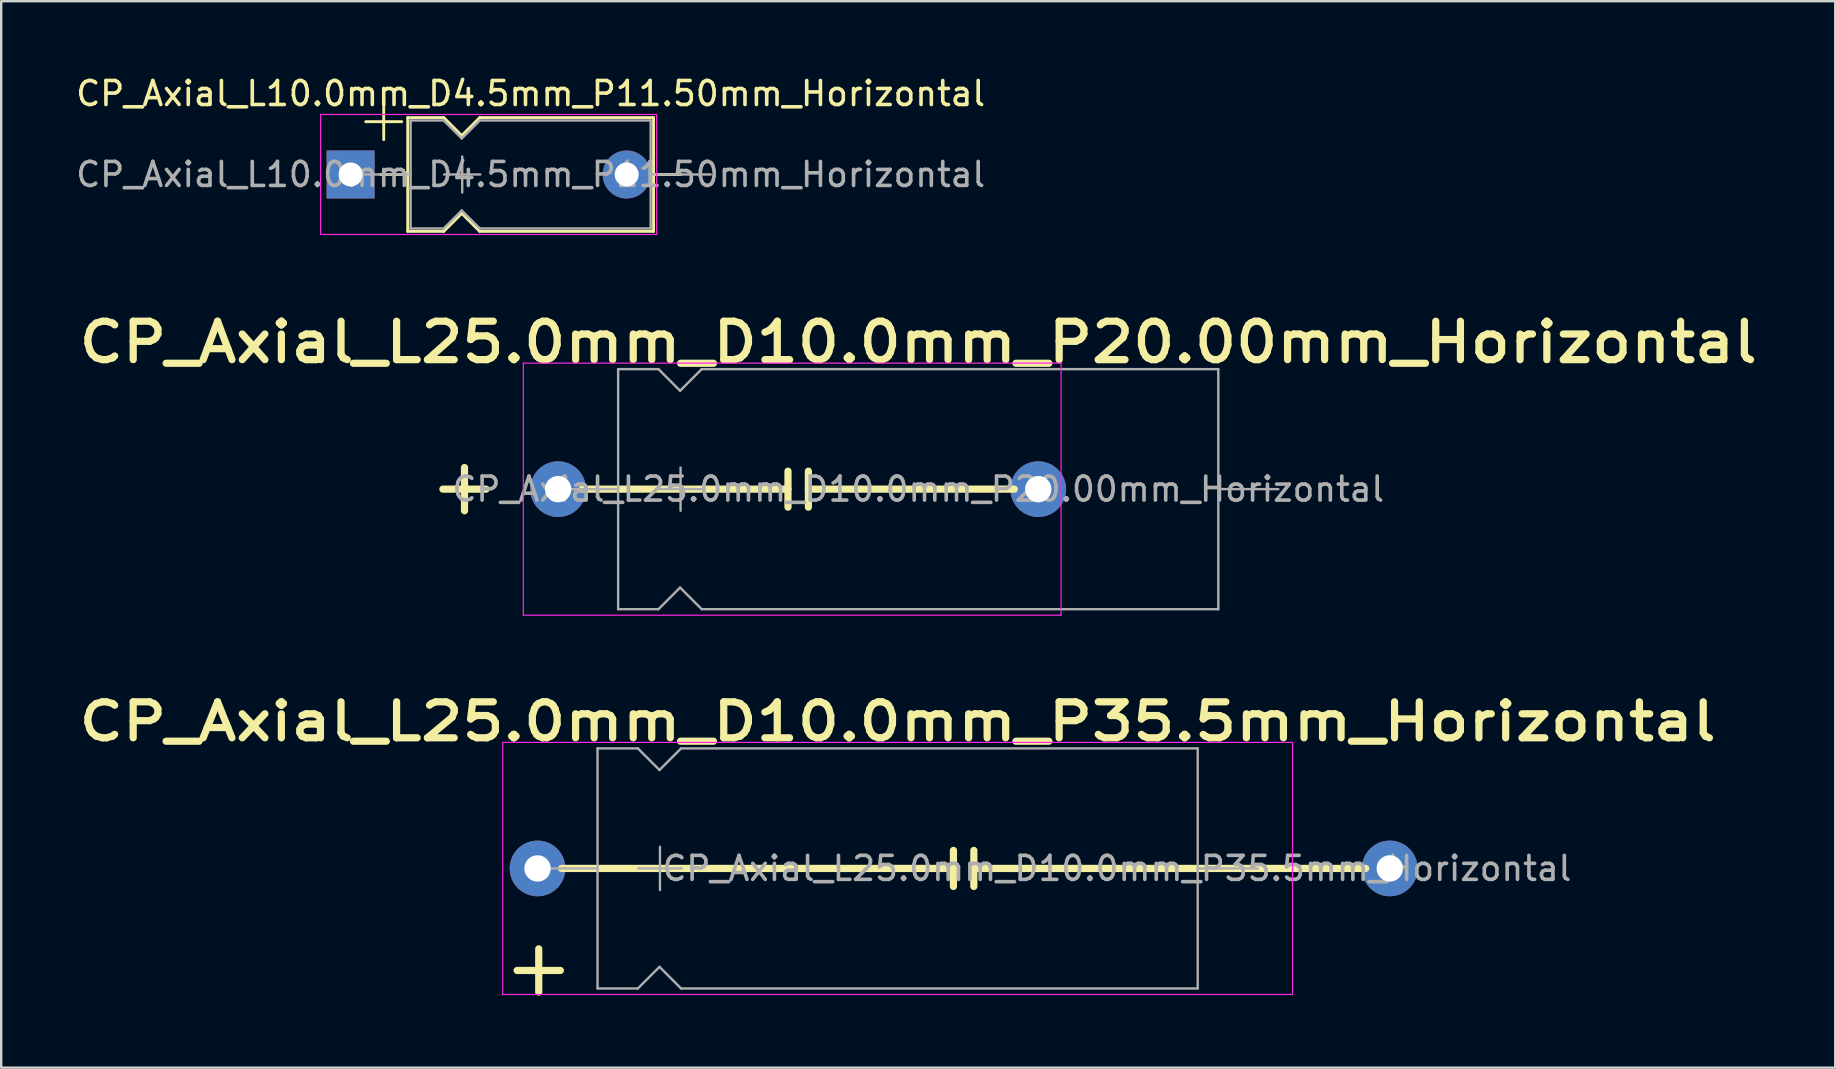
<source format=kicad_pcb>
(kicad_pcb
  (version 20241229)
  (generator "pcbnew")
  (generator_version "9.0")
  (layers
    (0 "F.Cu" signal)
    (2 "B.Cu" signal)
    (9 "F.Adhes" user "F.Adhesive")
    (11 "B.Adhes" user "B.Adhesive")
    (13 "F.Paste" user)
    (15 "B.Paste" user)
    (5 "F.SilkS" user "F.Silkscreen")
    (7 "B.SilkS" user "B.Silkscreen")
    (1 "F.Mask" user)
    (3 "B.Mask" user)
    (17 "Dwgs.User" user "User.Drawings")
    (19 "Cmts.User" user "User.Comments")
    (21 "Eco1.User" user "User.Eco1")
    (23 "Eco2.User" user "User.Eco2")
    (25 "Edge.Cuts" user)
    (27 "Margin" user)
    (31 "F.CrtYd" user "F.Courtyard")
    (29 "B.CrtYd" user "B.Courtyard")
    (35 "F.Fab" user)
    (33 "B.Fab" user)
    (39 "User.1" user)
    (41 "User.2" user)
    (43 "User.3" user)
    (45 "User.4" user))
  (footprint "CP_Axial_L25.0mm_D10.0mm_P35.5mm_Horizontal"
    (layer "F.Cu")
    (at 19.341 33.125)
    (property "Reference" "CP_Axial_L25.0mm_D10.0mm_P35.5mm_Horizontal" (at 15 -6.12 0) (layer "F.SilkS") (effects (font (size 1.5 1.8) (thickness 0.3) (bold yes))))
    (attr through_hole)
    (fp_line (start -0.85 4.25) (end 0.95 4.25) (stroke (width 0.3) (type solid)) (layer "F.SilkS"))
    (fp_line (start 0.05 3.35) (end 0.05 5.15) (stroke (width 0.3) (type solid)) (layer "F.SilkS"))
    (fp_line (start 1 0) (end 17.325 0) (stroke (width 0.3) (type solid)) (layer "F.SilkS"))
    (fp_line (start 17.325 0.75) (end 17.325 -0.75) (stroke (width 0.3) (type default)) (layer "F.SilkS"))
    (fp_line (start 18.175 0.75) (end 18.175 -0.75) (stroke (width 0.3) (type default)) (layer "F.SilkS"))
    (fp_line (start 34.5 0) (end 18.175 0) (stroke (width 0.3) (type solid)) (layer "F.SilkS"))
    (fp_line (start -1.45 -5.25) (end -1.45 5.25) (stroke (width 0.05) (type solid)) (layer "F.CrtYd"))
    (fp_line (start -1.45 5.25) (end 31.45 5.25) (stroke (width 0.05) (type solid)) (layer "F.CrtYd"))
    (fp_line (start 31.45 -5.25) (end -1.45 -5.25) (stroke (width 0.05) (type solid)) (layer "F.CrtYd"))
    (fp_line (start 31.45 5.25) (end 31.45 -5.25) (stroke (width 0.05) (type solid)) (layer "F.CrtYd"))
    (fp_line (start 0 0) (end 2.5 0) (stroke (width 0.1) (type solid)) (layer "F.Fab"))
    (fp_line (start 2.5 -5) (end 2.5 5) (stroke (width 0.1) (type solid)) (layer "F.Fab"))
    (fp_line (start 2.5 -5) (end 4.18 -5) (stroke (width 0.1) (type solid)) (layer "F.Fab"))
    (fp_line (start 2.5 5) (end 4.18 5) (stroke (width 0.1) (type solid)) (layer "F.Fab"))
    (fp_line (start 4.18 -5) (end 5.08 -4.1) (stroke (width 0.1) (type solid)) (layer "F.Fab"))
    (fp_line (start 4.18 5) (end 5.08 4.1) (stroke (width 0.1) (type solid)) (layer "F.Fab"))
    (fp_line (start 4.2 0) (end 6 0) (stroke (width 0.1) (type solid)) (layer "F.Fab"))
    (fp_line (start 5.08 -4.1) (end 5.98 -5) (stroke (width 0.1) (type solid)) (layer "F.Fab"))
    (fp_line (start 5.08 4.1) (end 5.98 5) (stroke (width 0.1) (type solid)) (layer "F.Fab"))
    (fp_line (start 5.1 -0.9) (end 5.1 0.9) (stroke (width 0.1) (type solid)) (layer "F.Fab"))
    (fp_line (start 5.98 -5) (end 27.5 -5) (stroke (width 0.1) (type solid)) (layer "F.Fab"))
    (fp_line (start 5.98 5) (end 27.5 5) (stroke (width 0.1) (type solid)) (layer "F.Fab"))
    (fp_line (start 27.5 -5) (end 27.5 5) (stroke (width 0.1) (type solid)) (layer "F.Fab"))
    (fp_line (start 30 0) (end 27.5 0) (stroke (width 0.1) (type solid)) (layer "F.Fab"))
    (fp_text user "${REFERENCE}" (at 24.13 0 0) (layer "F.Fab") (effects (font (size 1 1) (thickness 0.15))))
    (pad "1" thru_hole oval (at 0 0) (size 2.32 2.32) (drill 1.1) (layers "*.Cu" "*.Mask"))
    (pad "2" thru_hole oval (at 35.5 0) (size 2.32 2.32) (drill 1.1) (layers "*.Cu" "*.Mask")))
  (footprint "CP_Axial_L25.0mm_D10.0mm_P20.00mm_Horizontal"
    (layer "F.Cu")
    (at 20.199 17.326)
    (property "Reference" "CP_Axial_L25.0mm_D10.0mm_P20.00mm_Horizontal" (at 15 -6.12 0) (layer "F.SilkS") (effects (font (size 1.6 1.8) (thickness 0.3) (bold yes))))
    (attr through_hole)
    (fp_line (start -4.8 0) (end -3 0) (stroke (width 0.3) (type solid)) (layer "F.SilkS"))
    (fp_line (start -3.9 -0.9) (end -3.9 0.9) (stroke (width 0.3) (type solid)) (layer "F.SilkS"))
    (fp_line (start 1 0) (end 9.575 0) (stroke (width 0.3) (type solid)) (layer "F.SilkS"))
    (fp_line (start 9.575 0.75) (end 9.575 -0.75) (stroke (width 0.3) (type default)) (layer "F.SilkS"))
    (fp_line (start 10.425 0.75) (end 10.425 -0.75) (stroke (width 0.3) (type default)) (layer "F.SilkS"))
    (fp_line (start 19 0) (end 10.425 0) (stroke (width 0.3) (type solid)) (layer "F.SilkS"))
    (fp_line (start -1.45 -5.25) (end -1.45 5.25) (stroke (width 0.05) (type solid)) (layer "F.CrtYd"))
    (fp_line (start -1.45 5.25) (end 20.95 5.25) (stroke (width 0.05) (type solid)) (layer "F.CrtYd"))
    (fp_line (start 20.95 -5.25) (end -1.45 -5.25) (stroke (width 0.05) (type solid)) (layer "F.CrtYd"))
    (fp_line (start 20.95 5.25) (end 20.95 -5.25) (stroke (width 0.05) (type solid)) (layer "F.CrtYd"))
    (fp_line (start 0 0) (end 2.5 0) (stroke (width 0.1) (type solid)) (layer "F.Fab"))
    (fp_line (start 2.5 -5) (end 2.5 5) (stroke (width 0.1) (type solid)) (layer "F.Fab"))
    (fp_line (start 2.5 -5) (end 4.18 -5) (stroke (width 0.1) (type solid)) (layer "F.Fab"))
    (fp_line (start 2.5 5) (end 4.18 5) (stroke (width 0.1) (type solid)) (layer "F.Fab"))
    (fp_line (start 4.18 -5) (end 5.08 -4.1) (stroke (width 0.1) (type solid)) (layer "F.Fab"))
    (fp_line (start 4.18 5) (end 5.08 4.1) (stroke (width 0.1) (type solid)) (layer "F.Fab"))
    (fp_line (start 4.2 0) (end 6 0) (stroke (width 0.1) (type solid)) (layer "F.Fab"))
    (fp_line (start 5.08 -4.1) (end 5.98 -5) (stroke (width 0.1) (type solid)) (layer "F.Fab"))
    (fp_line (start 5.08 4.1) (end 5.98 5) (stroke (width 0.1) (type solid)) (layer "F.Fab"))
    (fp_line (start 5.1 -0.9) (end 5.1 0.9) (stroke (width 0.1) (type solid)) (layer "F.Fab"))
    (fp_line (start 5.98 -5) (end 27.5 -5) (stroke (width 0.1) (type solid)) (layer "F.Fab"))
    (fp_line (start 5.98 5) (end 27.5 5) (stroke (width 0.1) (type solid)) (layer "F.Fab"))
    (fp_line (start 27.5 -5) (end 27.5 5) (stroke (width 0.1) (type solid)) (layer "F.Fab"))
    (fp_line (start 30 0) (end 27.5 0) (stroke (width 0.1) (type solid)) (layer "F.Fab"))
    (fp_text user "${REFERENCE}" (at 15 0 0) (layer "F.Fab") (effects (font (size 1 1) (thickness 0.15))))
    (pad "1" thru_hole oval (at 0 0) (size 2.32 2.32) (drill 1.1) (layers "*.Cu" "*.Mask"))
    (pad "2" thru_hole oval (at 20 0) (size 2.32 2.32) (drill 1.1) (layers "*.Cu" "*.Mask")))
  (footprint "CP_Axial_L10.0mm_D4.5mm_P11.50mm_Horizontal"
    (layer "F.Cu")
    (at 11.554 4.218)
    (property "Reference" "CP_Axial_L10.0mm_D4.5mm_P11.50mm_Horizontal" (at 7.5 -3.37 0) (layer "F.SilkS") (effects (font (size 1 1) (thickness 0.15))))
    (attr through_hole)
    (fp_line (start 0.63 -2.2) (end 2.13 -2.2) (stroke (width 0.12) (type solid)) (layer "F.SilkS"))
    (fp_line (start 1.24 0) (end 2.38 0) (stroke (width 0.12) (type solid)) (layer "F.SilkS"))
    (fp_line (start 1.38 -2.95) (end 1.38 -1.45) (stroke (width 0.12) (type solid)) (layer "F.SilkS"))
    (fp_line (start 2.38 -2.37) (end 2.38 2.37) (stroke (width 0.12) (type solid)) (layer "F.SilkS"))
    (fp_line (start 2.38 -2.37) (end 3.88 -2.37) (stroke (width 0.12) (type solid)) (layer "F.SilkS"))
    (fp_line (start 2.38 2.37) (end 3.88 2.37) (stroke (width 0.12) (type solid)) (layer "F.SilkS"))
    (fp_line (start 3.88 -2.37) (end 4.63 -1.62) (stroke (width 0.12) (type solid)) (layer "F.SilkS"))
    (fp_line (start 3.88 2.37) (end 4.63 1.62) (stroke (width 0.12) (type solid)) (layer "F.SilkS"))
    (fp_line (start 4.63 -1.62) (end 5.38 -2.37) (stroke (width 0.12) (type solid)) (layer "F.SilkS"))
    (fp_line (start 4.63 1.62) (end 5.38 2.37) (stroke (width 0.12) (type solid)) (layer "F.SilkS"))
    (fp_line (start 5.38 -2.37) (end 12.62 -2.37) (stroke (width 0.12) (type solid)) (layer "F.SilkS"))
    (fp_line (start 5.38 2.37) (end 12.62 2.37) (stroke (width 0.12) (type solid)) (layer "F.SilkS"))
    (fp_line (start 12.62 -2.37) (end 12.62 2.37) (stroke (width 0.12) (type solid)) (layer "F.SilkS"))
    (fp_line (start 13.76 0) (end 12.62 0) (stroke (width 0.12) (type solid)) (layer "F.SilkS"))
    (fp_line (start -1.25 -2.5) (end -1.25 2.5) (stroke (width 0.05) (type solid)) (layer "F.CrtYd"))
    (fp_line (start -1.25 2.5) (end 12.75 2.5) (stroke (width 0.05) (type solid)) (layer "F.CrtYd"))
    (fp_line (start 12.75 -2.5) (end -1.25 -2.5) (stroke (width 0.05) (type solid)) (layer "F.CrtYd"))
    (fp_line (start 12.75 2.5) (end 12.75 -2.5) (stroke (width 0.05) (type solid)) (layer "F.CrtYd"))
    (fp_line (start 0 0) (end 2.5 0) (stroke (width 0.1) (type solid)) (layer "F.Fab"))
    (fp_line (start 2.5 -2.25) (end 2.5 2.25) (stroke (width 0.1) (type solid)) (layer "F.Fab"))
    (fp_line (start 2.5 -2.25) (end 3.88 -2.25) (stroke (width 0.1) (type solid)) (layer "F.Fab"))
    (fp_line (start 2.5 2.25) (end 3.88 2.25) (stroke (width 0.1) (type solid)) (layer "F.Fab"))
    (fp_line (start 3.88 -2.25) (end 4.63 -1.5) (stroke (width 0.1) (type solid)) (layer "F.Fab"))
    (fp_line (start 3.88 2.25) (end 4.63 1.5) (stroke (width 0.1) (type solid)) (layer "F.Fab"))
    (fp_line (start 3.9 0) (end 5.4 0) (stroke (width 0.1) (type solid)) (layer "F.Fab"))
    (fp_line (start 4.63 -1.5) (end 5.38 -2.25) (stroke (width 0.1) (type solid)) (layer "F.Fab"))
    (fp_line (start 4.63 1.5) (end 5.38 2.25) (stroke (width 0.1) (type solid)) (layer "F.Fab"))
    (fp_line (start 4.65 -0.75) (end 4.65 0.75) (stroke (width 0.1) (type solid)) (layer "F.Fab"))
    (fp_line (start 5.38 -2.25) (end 12.5 -2.25) (stroke (width 0.1) (type solid)) (layer "F.Fab"))
    (fp_line (start 5.38 2.25) (end 12.5 2.25) (stroke (width 0.1) (type solid)) (layer "F.Fab"))
    (fp_line (start 12.5 -2.25) (end 12.5 2.25) (stroke (width 0.1) (type solid)) (layer "F.Fab"))
    (fp_line (start 15 0) (end 12.5 0) (stroke (width 0.1) (type solid)) (layer "F.Fab"))
    (fp_text user "${REFERENCE}" (at 7.5 0 0) (layer "F.Fab") (effects (font (size 1 1) (thickness 0.15))))
    (pad "1" thru_hole rect (at 0 0) (size 2 2) (drill 1) (layers "*.Cu" "*.Mask"))
    (pad "2" thru_hole oval (at 11.5 0) (size 2 2) (drill 1) (layers "*.Cu" "*.Mask")))
  (gr_rect
    (start -3 -3)
    (end 73.397 41.425)
    (stroke (width 0.1) (type default))
    (fill no)
    (layer "Edge.Cuts")))
</source>
